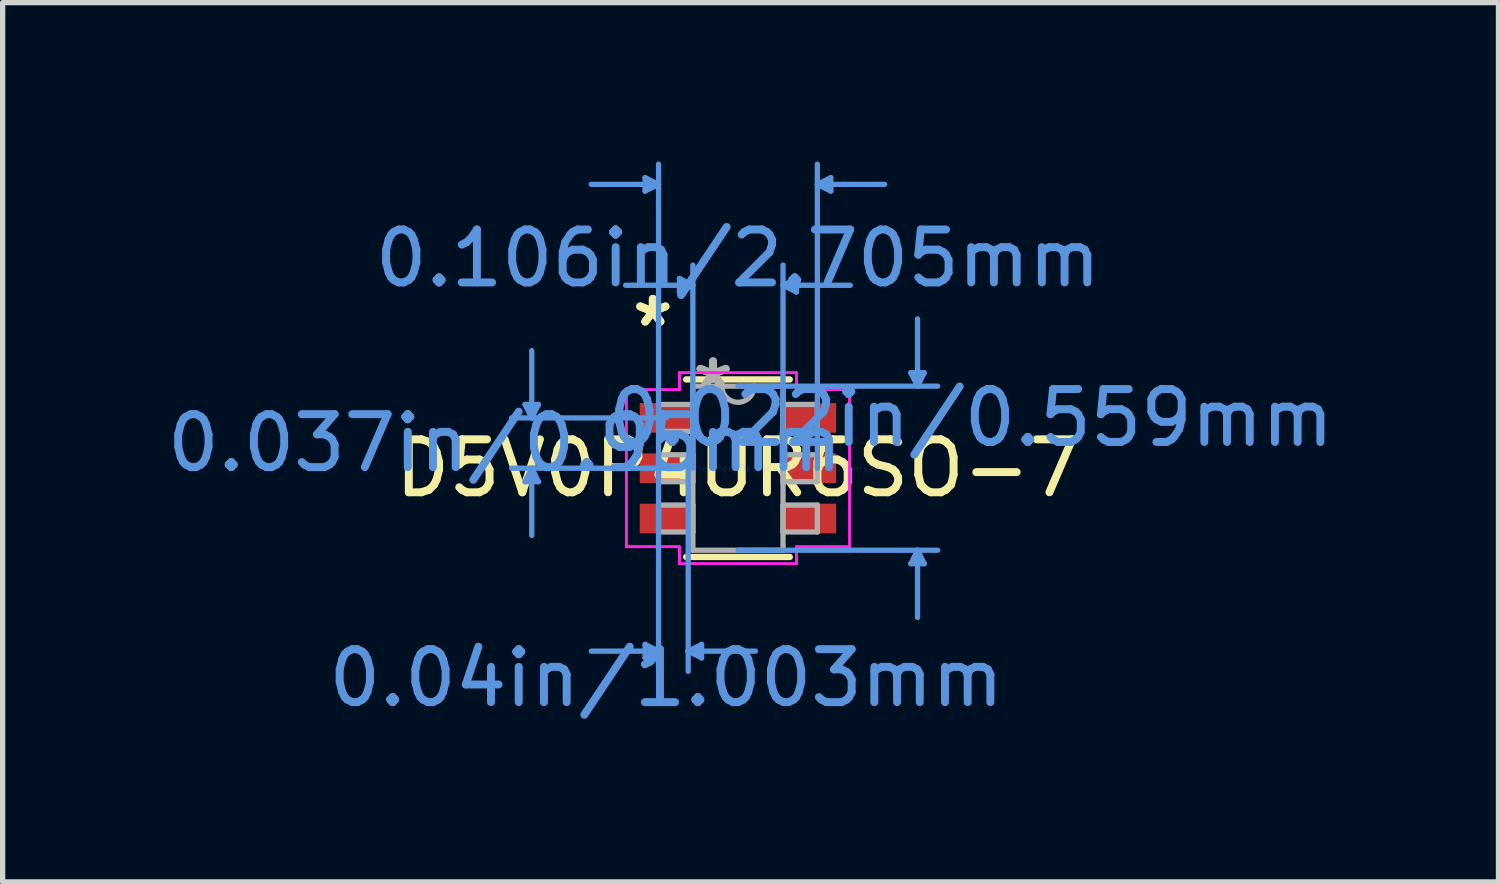
<source format=kicad_pcb>
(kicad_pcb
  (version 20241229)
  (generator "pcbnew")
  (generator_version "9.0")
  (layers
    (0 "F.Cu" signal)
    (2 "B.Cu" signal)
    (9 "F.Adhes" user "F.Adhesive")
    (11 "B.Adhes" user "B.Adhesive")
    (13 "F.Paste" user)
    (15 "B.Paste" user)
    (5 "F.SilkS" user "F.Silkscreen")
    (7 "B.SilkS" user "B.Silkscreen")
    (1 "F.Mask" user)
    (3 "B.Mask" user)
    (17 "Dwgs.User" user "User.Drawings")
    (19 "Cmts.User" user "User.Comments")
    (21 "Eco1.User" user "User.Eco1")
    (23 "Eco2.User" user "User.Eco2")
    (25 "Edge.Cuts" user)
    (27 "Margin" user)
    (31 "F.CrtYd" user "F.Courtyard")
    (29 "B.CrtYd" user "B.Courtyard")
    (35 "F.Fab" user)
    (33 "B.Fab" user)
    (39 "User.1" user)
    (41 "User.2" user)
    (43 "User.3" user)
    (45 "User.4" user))
  (footprint "D5V0P4UR6SO-7"
    (layer "F.Cu")
    (at 10.883 5.79)
    (property "Reference" "D5V0P4UR6SO-7" (at 0 0 0) (layer "F.SilkS") (effects (font (size 1 1) (thickness 0.15))))
    (attr through_hole)
    (fp_line (start -0.978 1.676) (end 0.978 1.676) (stroke (width 0.12) (type solid)) (layer "F.SilkS"))
    (fp_line (start 0.978 -1.676) (end -0.978 -1.676) (stroke (width 0.12) (type solid)) (layer "F.SilkS"))
    (fp_line (start -4.02 -1.204) (end -3.766 -1.204) (stroke (width 0.1) (type solid)) (layer "Cmts.User"))
    (fp_line (start -4.02 0.254) (end -3.766 0.254) (stroke (width 0.1) (type solid)) (layer "Cmts.User"))
    (fp_line (start -3.893 -0.95) (end -4.02 -1.204) (stroke (width 0.1) (type solid)) (layer "Cmts.User"))
    (fp_line (start -3.893 -0.95) (end -3.893 -2.22) (stroke (width 0.1) (type solid)) (layer "Cmts.User"))
    (fp_line (start -3.893 -0.95) (end -3.766 -1.204) (stroke (width 0.1) (type solid)) (layer "Cmts.User"))
    (fp_line (start -3.893 0) (end -4.02 0.254) (stroke (width 0.1) (type solid)) (layer "Cmts.User"))
    (fp_line (start -3.893 0) (end -3.893 1.27) (stroke (width 0.1) (type solid)) (layer "Cmts.User"))
    (fp_line (start -3.893 0) (end -3.766 0.254) (stroke (width 0.1) (type solid)) (layer "Cmts.User"))
    (fp_line (start -1.753 -5.486) (end -1.753 -5.232) (stroke (width 0.1) (type solid)) (layer "Cmts.User"))
    (fp_line (start -1.753 3.327) (end -1.753 3.581) (stroke (width 0.1) (type solid)) (layer "Cmts.User"))
    (fp_line (start -1.499 -5.359) (end -2.769 -5.359) (stroke (width 0.1) (type solid)) (layer "Cmts.User"))
    (fp_line (start -1.499 -5.359) (end -1.753 -5.486) (stroke (width 0.1) (type solid)) (layer "Cmts.User"))
    (fp_line (start -1.499 -5.359) (end -1.753 -5.232) (stroke (width 0.1) (type solid)) (layer "Cmts.User"))
    (fp_line (start -1.499 0) (end -1.499 -5.74) (stroke (width 0.1) (type solid)) (layer "Cmts.User"))
    (fp_line (start -1.499 0) (end -1.499 3.835) (stroke (width 0.1) (type solid)) (layer "Cmts.User"))
    (fp_line (start -1.499 3.454) (end -2.769 3.454) (stroke (width 0.1) (type solid)) (layer "Cmts.User"))
    (fp_line (start -1.499 3.454) (end -1.753 3.327) (stroke (width 0.1) (type solid)) (layer "Cmts.User"))
    (fp_line (start -1.499 3.454) (end -1.753 3.581) (stroke (width 0.1) (type solid)) (layer "Cmts.User"))
    (fp_line (start -1.353 -0.95) (end -4.274 -0.95) (stroke (width 0.1) (type solid)) (layer "Cmts.User"))
    (fp_line (start -1.353 0) (end -4.274 0) (stroke (width 0.1) (type solid)) (layer "Cmts.User"))
    (fp_line (start -1.105 -3.581) (end -1.105 -3.327) (stroke (width 0.1) (type solid)) (layer "Cmts.User"))
    (fp_line (start -0.94 0) (end -0.94 3.835) (stroke (width 0.1) (type solid)) (layer "Cmts.User"))
    (fp_line (start -0.94 3.454) (end -0.686 3.327) (stroke (width 0.1) (type solid)) (layer "Cmts.User"))
    (fp_line (start -0.94 3.454) (end -0.686 3.581) (stroke (width 0.1) (type solid)) (layer "Cmts.User"))
    (fp_line (start -0.94 3.454) (end 0.33 3.454) (stroke (width 0.1) (type solid)) (layer "Cmts.User"))
    (fp_line (start -0.851 -3.454) (end -2.121 -3.454) (stroke (width 0.1) (type solid)) (layer "Cmts.User"))
    (fp_line (start -0.851 -3.454) (end -1.105 -3.581) (stroke (width 0.1) (type solid)) (layer "Cmts.User"))
    (fp_line (start -0.851 -3.454) (end -1.105 -3.327) (stroke (width 0.1) (type solid)) (layer "Cmts.User"))
    (fp_line (start -0.851 0) (end -0.851 -3.835) (stroke (width 0.1) (type solid)) (layer "Cmts.User"))
    (fp_line (start -0.686 3.327) (end -0.686 3.581) (stroke (width 0.1) (type solid)) (layer "Cmts.User"))
    (fp_line (start 0 -1.549) (end 3.772 -1.549) (stroke (width 0.1) (type solid)) (layer "Cmts.User"))
    (fp_line (start 0 1.549) (end 3.772 1.549) (stroke (width 0.1) (type solid)) (layer "Cmts.User"))
    (fp_line (start 0.851 -3.454) (end 1.105 -3.581) (stroke (width 0.1) (type solid)) (layer "Cmts.User"))
    (fp_line (start 0.851 -3.454) (end 1.105 -3.327) (stroke (width 0.1) (type solid)) (layer "Cmts.User"))
    (fp_line (start 0.851 -3.454) (end 2.121 -3.454) (stroke (width 0.1) (type solid)) (layer "Cmts.User"))
    (fp_line (start 0.851 0) (end 0.851 -3.835) (stroke (width 0.1) (type solid)) (layer "Cmts.User"))
    (fp_line (start 1.105 -3.581) (end 1.105 -3.327) (stroke (width 0.1) (type solid)) (layer "Cmts.User"))
    (fp_line (start 1.499 -5.359) (end 1.753 -5.486) (stroke (width 0.1) (type solid)) (layer "Cmts.User"))
    (fp_line (start 1.499 -5.359) (end 1.753 -5.232) (stroke (width 0.1) (type solid)) (layer "Cmts.User"))
    (fp_line (start 1.499 -5.359) (end 2.769 -5.359) (stroke (width 0.1) (type solid)) (layer "Cmts.User"))
    (fp_line (start 1.499 0) (end 1.499 -5.74) (stroke (width 0.1) (type solid)) (layer "Cmts.User"))
    (fp_line (start 1.753 -5.486) (end 1.753 -5.232) (stroke (width 0.1) (type solid)) (layer "Cmts.User"))
    (fp_line (start 3.264 -1.803) (end 3.518 -1.803) (stroke (width 0.1) (type solid)) (layer "Cmts.User"))
    (fp_line (start 3.264 1.803) (end 3.518 1.803) (stroke (width 0.1) (type solid)) (layer "Cmts.User"))
    (fp_line (start 3.391 -1.549) (end 3.264 -1.803) (stroke (width 0.1) (type solid)) (layer "Cmts.User"))
    (fp_line (start 3.391 -1.549) (end 3.391 -2.819) (stroke (width 0.1) (type solid)) (layer "Cmts.User"))
    (fp_line (start 3.391 -1.549) (end 3.518 -1.803) (stroke (width 0.1) (type solid)) (layer "Cmts.User"))
    (fp_line (start 3.391 1.549) (end 3.264 1.803) (stroke (width 0.1) (type solid)) (layer "Cmts.User"))
    (fp_line (start 3.391 1.549) (end 3.391 2.819) (stroke (width 0.1) (type solid)) (layer "Cmts.User"))
    (fp_line (start 3.391 1.549) (end 3.518 1.803) (stroke (width 0.1) (type solid)) (layer "Cmts.User"))
    (fp_line (start -2.108 -1.483) (end -1.105 -1.483) (stroke (width 0.05) (type solid)) (layer "F.CrtYd"))
    (fp_line (start -2.108 -1.483) (end -1.105 -1.483) (stroke (width 0.05) (type solid)) (layer "F.CrtYd"))
    (fp_line (start -2.108 1.483) (end -2.108 -1.483) (stroke (width 0.05) (type solid)) (layer "F.CrtYd"))
    (fp_line (start -2.108 1.483) (end -2.108 -1.483) (stroke (width 0.05) (type solid)) (layer "F.CrtYd"))
    (fp_line (start -2.108 1.483) (end -1.105 1.483) (stroke (width 0.05) (type solid)) (layer "F.CrtYd"))
    (fp_line (start -1.105 -1.803) (end 1.105 -1.803) (stroke (width 0.05) (type solid)) (layer "F.CrtYd"))
    (fp_line (start -1.105 -1.803) (end 1.105 -1.803) (stroke (width 0.05) (type solid)) (layer "F.CrtYd"))
    (fp_line (start -1.105 -1.483) (end -1.105 -1.803) (stroke (width 0.05) (type solid)) (layer "F.CrtYd"))
    (fp_line (start -1.105 -1.483) (end -1.105 -1.803) (stroke (width 0.05) (type solid)) (layer "F.CrtYd"))
    (fp_line (start -1.105 1.483) (end -2.108 1.483) (stroke (width 0.05) (type solid)) (layer "F.CrtYd"))
    (fp_line (start -1.105 1.803) (end -1.105 1.483) (stroke (width 0.05) (type solid)) (layer "F.CrtYd"))
    (fp_line (start -1.105 1.803) (end -1.105 1.483) (stroke (width 0.05) (type solid)) (layer "F.CrtYd"))
    (fp_line (start 1.105 -1.803) (end 1.105 -1.483) (stroke (width 0.05) (type solid)) (layer "F.CrtYd"))
    (fp_line (start 1.105 -1.803) (end 1.105 -1.483) (stroke (width 0.05) (type solid)) (layer "F.CrtYd"))
    (fp_line (start 1.105 -1.483) (end 2.108 -1.483) (stroke (width 0.05) (type solid)) (layer "F.CrtYd"))
    (fp_line (start 1.105 1.483) (end 1.105 1.803) (stroke (width 0.05) (type solid)) (layer "F.CrtYd"))
    (fp_line (start 1.105 1.483) (end 1.105 1.803) (stroke (width 0.05) (type solid)) (layer "F.CrtYd"))
    (fp_line (start 1.105 1.803) (end -1.105 1.803) (stroke (width 0.05) (type solid)) (layer "F.CrtYd"))
    (fp_line (start 1.105 1.803) (end -1.105 1.803) (stroke (width 0.05) (type solid)) (layer "F.CrtYd"))
    (fp_line (start 2.108 -1.483) (end 1.105 -1.483) (stroke (width 0.05) (type solid)) (layer "F.CrtYd"))
    (fp_line (start 2.108 -1.483) (end 2.108 1.483) (stroke (width 0.05) (type solid)) (layer "F.CrtYd"))
    (fp_line (start 2.108 -1.483) (end 2.108 1.483) (stroke (width 0.05) (type solid)) (layer "F.CrtYd"))
    (fp_line (start 2.108 1.483) (end 1.105 1.483) (stroke (width 0.05) (type solid)) (layer "F.CrtYd"))
    (fp_line (start 2.108 1.483) (end 1.105 1.483) (stroke (width 0.05) (type solid)) (layer "F.CrtYd"))
    (fp_line (start -1.499 -1.204) (end -1.499 -0.696) (stroke (width 0.1) (type solid)) (layer "F.Fab"))
    (fp_line (start -1.499 -0.696) (end -0.851 -0.696) (stroke (width 0.1) (type solid)) (layer "F.Fab"))
    (fp_line (start -1.499 -0.254) (end -1.499 0.254) (stroke (width 0.1) (type solid)) (layer "F.Fab"))
    (fp_line (start -1.499 0.254) (end -0.851 0.254) (stroke (width 0.1) (type solid)) (layer "F.Fab"))
    (fp_line (start -1.499 0.696) (end -1.499 1.204) (stroke (width 0.1) (type solid)) (layer "F.Fab"))
    (fp_line (start -1.499 1.204) (end -0.851 1.204) (stroke (width 0.1) (type solid)) (layer "F.Fab"))
    (fp_line (start -0.851 -1.549) (end -0.851 1.549) (stroke (width 0.1) (type solid)) (layer "F.Fab"))
    (fp_line (start -0.851 -1.204) (end -1.499 -1.204) (stroke (width 0.1) (type solid)) (layer "F.Fab"))
    (fp_line (start -0.851 -0.696) (end -0.851 -1.204) (stroke (width 0.1) (type solid)) (layer "F.Fab"))
    (fp_line (start -0.851 -0.254) (end -1.499 -0.254) (stroke (width 0.1) (type solid)) (layer "F.Fab"))
    (fp_line (start -0.851 0.254) (end -0.851 -0.254) (stroke (width 0.1) (type solid)) (layer "F.Fab"))
    (fp_line (start -0.851 0.696) (end -1.499 0.696) (stroke (width 0.1) (type solid)) (layer "F.Fab"))
    (fp_line (start -0.851 1.204) (end -0.851 0.696) (stroke (width 0.1) (type solid)) (layer "F.Fab"))
    (fp_line (start -0.851 1.549) (end 0.851 1.549) (stroke (width 0.1) (type solid)) (layer "F.Fab"))
    (fp_line (start 0.851 -1.549) (end -0.851 -1.549) (stroke (width 0.1) (type solid)) (layer "F.Fab"))
    (fp_line (start 0.851 -1.204) (end 0.851 -0.696) (stroke (width 0.1) (type solid)) (layer "F.Fab"))
    (fp_line (start 0.851 -0.696) (end 1.499 -0.696) (stroke (width 0.1) (type solid)) (layer "F.Fab"))
    (fp_line (start 0.851 -0.254) (end 0.851 0.254) (stroke (width 0.1) (type solid)) (layer "F.Fab"))
    (fp_line (start 0.851 0.254) (end 1.499 0.254) (stroke (width 0.1) (type solid)) (layer "F.Fab"))
    (fp_line (start 0.851 0.696) (end 0.851 1.204) (stroke (width 0.1) (type solid)) (layer "F.Fab"))
    (fp_line (start 0.851 1.204) (end 1.499 1.204) (stroke (width 0.1) (type solid)) (layer "F.Fab"))
    (fp_line (start 0.851 1.549) (end 0.851 -1.549) (stroke (width 0.1) (type solid)) (layer "F.Fab"))
    (fp_line (start 1.499 -1.204) (end 0.851 -1.204) (stroke (width 0.1) (type solid)) (layer "F.Fab"))
    (fp_line (start 1.499 -0.696) (end 1.499 -1.204) (stroke (width 0.1) (type solid)) (layer "F.Fab"))
    (fp_line (start 1.499 -0.254) (end 0.851 -0.254) (stroke (width 0.1) (type solid)) (layer "F.Fab"))
    (fp_line (start 1.499 0.254) (end 1.499 -0.254) (stroke (width 0.1) (type solid)) (layer "F.Fab"))
    (fp_line (start 1.499 0.696) (end 0.851 0.696) (stroke (width 0.1) (type solid)) (layer "F.Fab"))
    (fp_line (start 1.499 1.204) (end 1.499 0.696) (stroke (width 0.1) (type solid)) (layer "F.Fab"))
    (fp_arc (start 0.3048 -1.5494) (mid 0 -1.2446) (end -0.3048 -1.5494) (stroke (width 0.1) (type solid)) (layer "F.Fab"))
    (fp_text user "*" (at -1.607 -2.652 0) (layer "F.SilkS") (effects (font (size 1 1) (thickness 0.15))))
    (fp_text user "*" (at -1.607 -2.652 0) (layer "F.SilkS") (effects (font (size 1 1) (thickness 0.15))))
    (fp_text user "0.037in/0.95mm" (at -4.401 -0.475 0) (layer "Cmts.User") (effects (font (size 1 1) (thickness 0.15))))
    (fp_text user "0.022in/0.559mm" (at 4.401 -0.95 0) (layer "Cmts.User") (effects (font (size 1 1) (thickness 0.15))))
    (fp_text user "0.106in/2.705mm" (at 0 -3.962 0) (layer "Cmts.User") (effects (font (size 1 1) (thickness 0.15))))
    (fp_text user "0.04in/1.003mm" (at -1.353 3.962 0) (layer "Cmts.User") (effects (font (size 1 1) (thickness 0.15))))
    (fp_text user "Copyright 2021 Accelerated Designs. All rights reserved." (at 0 0 0) (layer "Cmts.User") (effects (font (size 0.127 0.127) (thickness 0.002))))
    (fp_text user "*" (at -0.47 -1.473 0) (layer "F.Fab") (effects (font (size 1 1) (thickness 0.15))))
    (fp_text user "*" (at -0.47 -1.473 0) (layer "F.Fab") (effects (font (size 1 1) (thickness 0.15))))
    (pad "1" smd rect (at -1.353 -0.95) (size 1.003 0.559) (layers "F.Cu" "F.Mask" "F.Paste"))
    (pad "2" smd rect (at -1.353 0) (size 1.003 0.559) (layers "F.Cu" "F.Mask" "F.Paste"))
    (pad "3" smd rect (at -1.353 0.95) (size 1.003 0.559) (layers "F.Cu" "F.Mask" "F.Paste"))
    (pad "4" smd rect (at 1.353 0.95) (size 1.003 0.559) (layers "F.Cu" "F.Mask" "F.Paste"))
    (pad "5" smd rect (at 1.353 0) (size 1.003 0.559) (layers "F.Cu" "F.Mask" "F.Paste"))
    (pad "6" smd rect (at 1.353 -0.95) (size 1.003 0.559) (layers "F.Cu" "F.Mask" "F.Paste")))
  (gr_rect
    (start -3 -3)
    (end 25.242 13.601)
    (stroke (width 0.1) (type default))
    (fill no)
    (layer "Edge.Cuts")))
</source>
